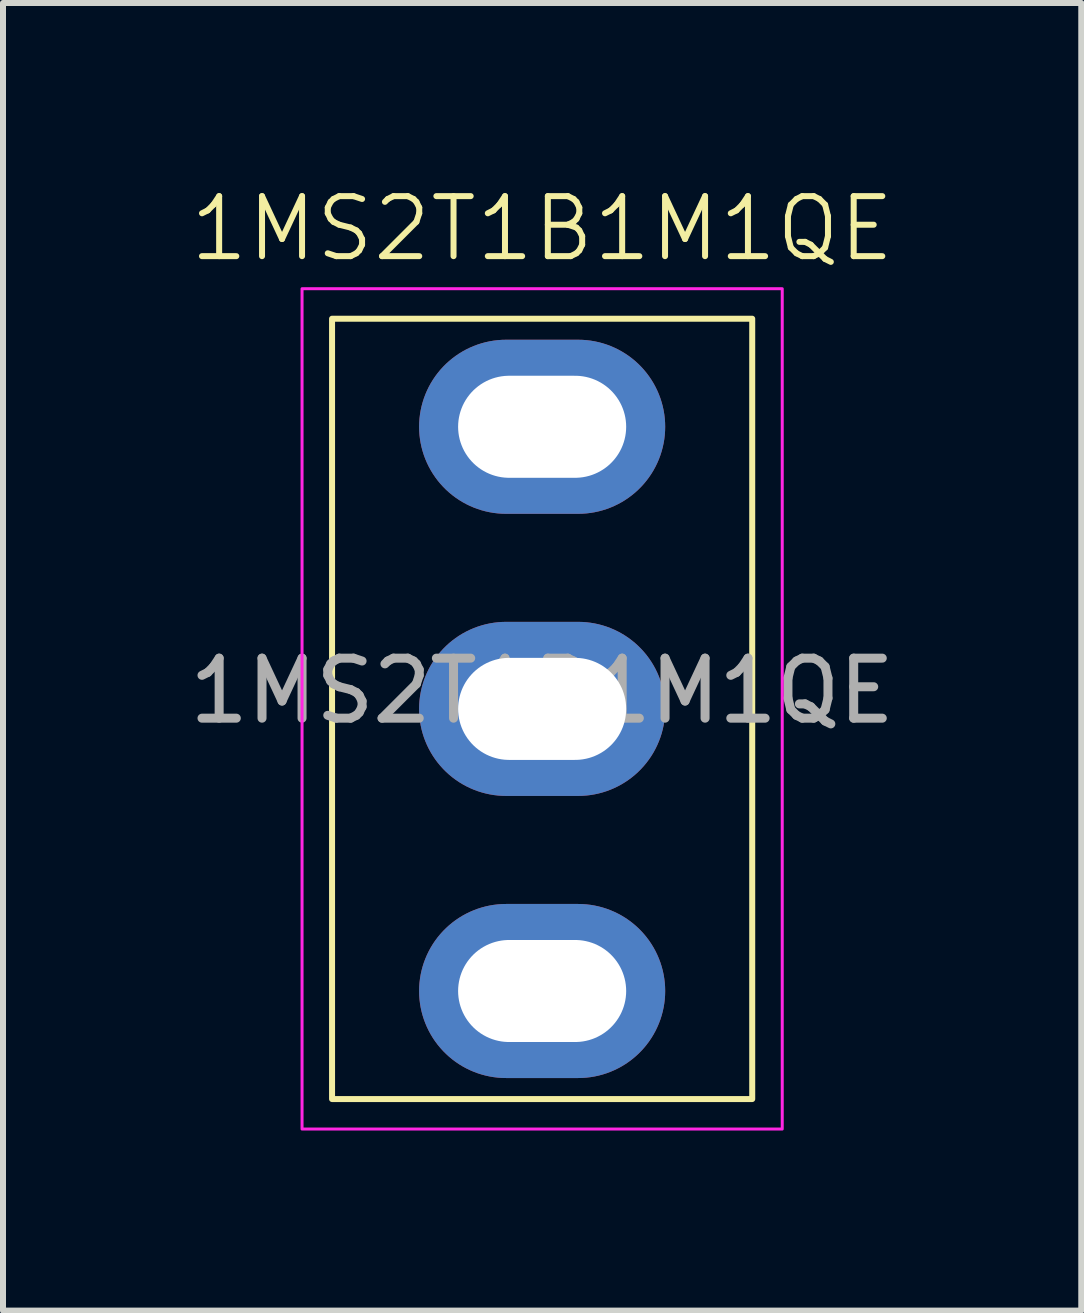
<source format=kicad_pcb>
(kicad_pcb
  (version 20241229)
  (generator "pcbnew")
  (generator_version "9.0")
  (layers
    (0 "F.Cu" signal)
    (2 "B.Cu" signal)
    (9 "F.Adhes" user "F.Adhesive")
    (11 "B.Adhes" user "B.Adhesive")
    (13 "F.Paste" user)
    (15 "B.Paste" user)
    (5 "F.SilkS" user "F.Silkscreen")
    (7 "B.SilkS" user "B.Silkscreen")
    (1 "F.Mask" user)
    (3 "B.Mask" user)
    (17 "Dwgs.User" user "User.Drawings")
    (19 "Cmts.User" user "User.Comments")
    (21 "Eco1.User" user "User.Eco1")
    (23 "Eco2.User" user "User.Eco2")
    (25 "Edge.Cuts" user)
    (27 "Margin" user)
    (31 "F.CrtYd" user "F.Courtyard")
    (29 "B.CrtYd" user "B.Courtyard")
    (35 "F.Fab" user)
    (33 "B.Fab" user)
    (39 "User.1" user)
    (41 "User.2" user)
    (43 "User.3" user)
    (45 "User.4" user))
  (footprint "1MS2T1B1M1QE"
    (layer "F.Cu")
    (at 5.982 13.46)
    (property "Reference" "1MS2T1B1M1QE" (at 0 -12.7 0) (unlocked yes) (layer "F.SilkS") (effects (font (size 1 1) (thickness 0.1))))
    (attr through_hole)
    (fp_rect (start -3.5 -11.2) (end 3.5 1.8) (stroke (width 0.1) (type default)) (fill no) (layer "F.SilkS"))
    (fp_rect (start -4 2.3) (end 4 -11.7) (stroke (width 0.05) (type default)) (fill no) (layer "F.CrtYd"))
    (fp_text user "${REFERENCE}" (at 0 -5 0) (unlocked yes) (layer "F.Fab") (effects (font (size 1 1) (thickness 0.15))))
    (pad "1" thru_hole oval (at 0 0) (size 4.1 2.9) (drill oval 2.8 1.7) (layers "*.Cu" "*.Mask"))
    (pad "2" thru_hole oval (at 0 -4.7) (size 4.1 2.9) (drill oval 2.8 1.7) (layers "*.Cu" "*.Mask"))
    (pad "3" thru_hole oval (at 0 -9.4) (size 4.1 2.9) (drill oval 2.8 1.7) (layers "*.Cu" "*.Mask")))
  (gr_rect
    (start -3 -3)
    (end 14.964 18.785)
    (stroke (width 0.1) (type default))
    (fill no)
    (layer "Edge.Cuts")))
</source>
